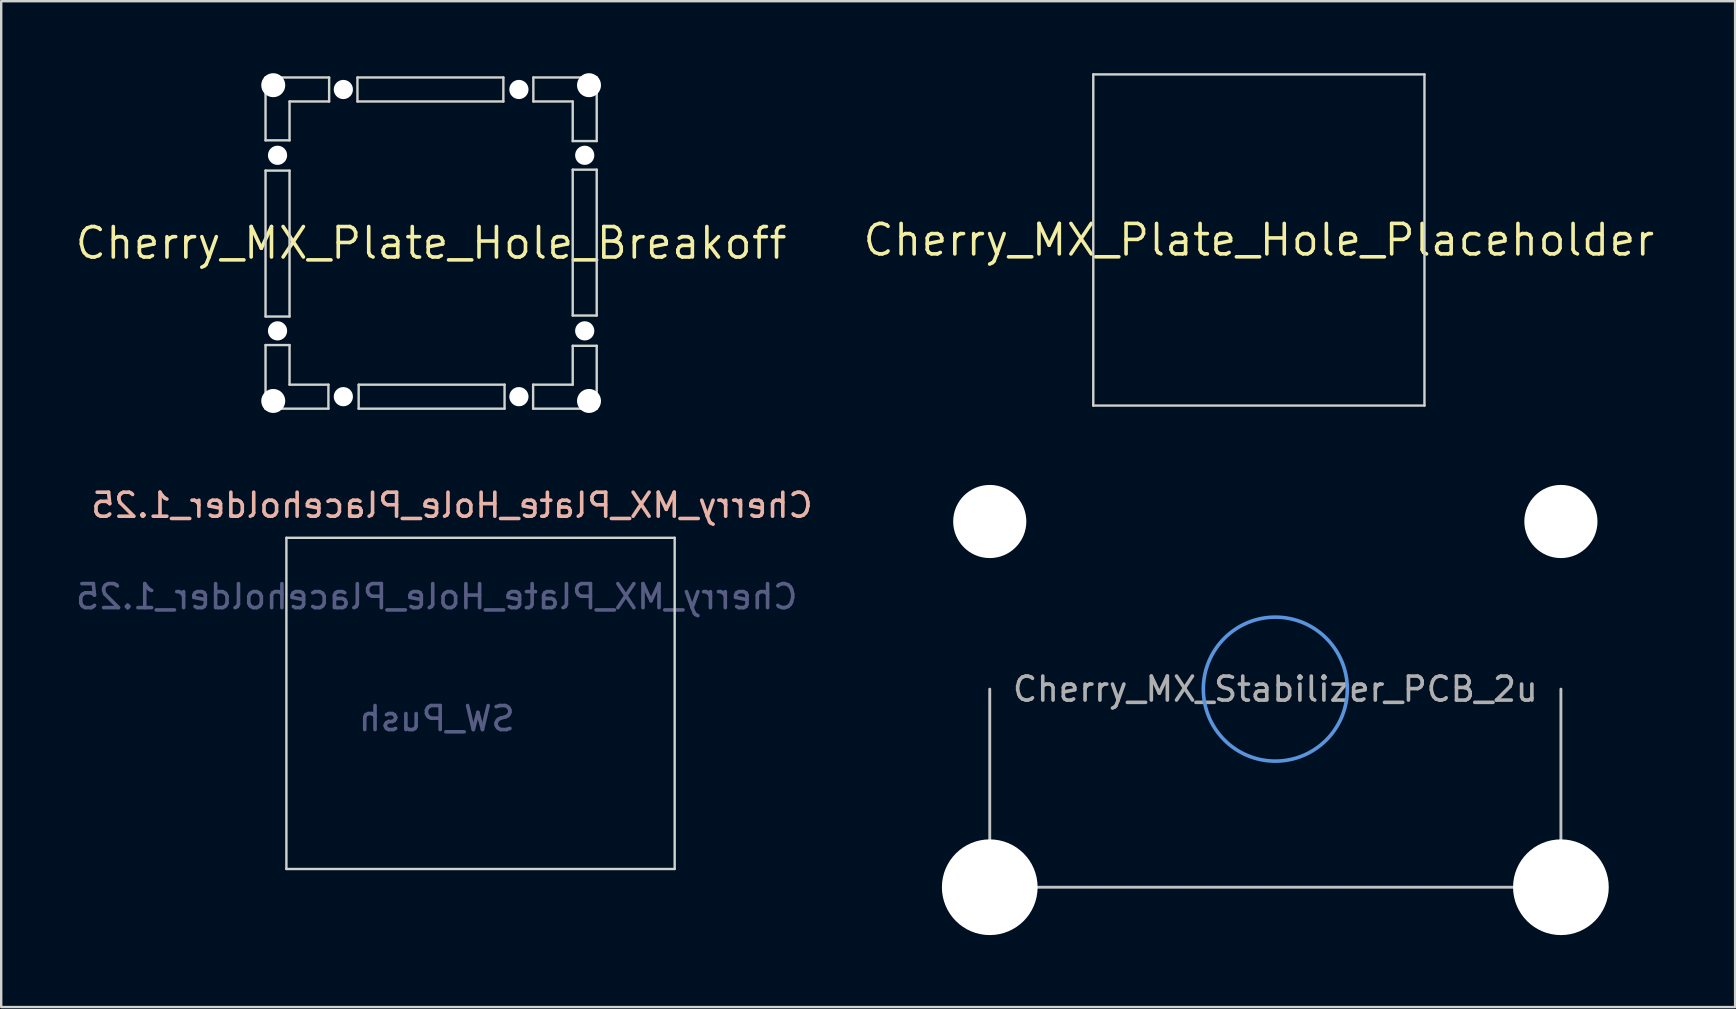
<source format=kicad_pcb>
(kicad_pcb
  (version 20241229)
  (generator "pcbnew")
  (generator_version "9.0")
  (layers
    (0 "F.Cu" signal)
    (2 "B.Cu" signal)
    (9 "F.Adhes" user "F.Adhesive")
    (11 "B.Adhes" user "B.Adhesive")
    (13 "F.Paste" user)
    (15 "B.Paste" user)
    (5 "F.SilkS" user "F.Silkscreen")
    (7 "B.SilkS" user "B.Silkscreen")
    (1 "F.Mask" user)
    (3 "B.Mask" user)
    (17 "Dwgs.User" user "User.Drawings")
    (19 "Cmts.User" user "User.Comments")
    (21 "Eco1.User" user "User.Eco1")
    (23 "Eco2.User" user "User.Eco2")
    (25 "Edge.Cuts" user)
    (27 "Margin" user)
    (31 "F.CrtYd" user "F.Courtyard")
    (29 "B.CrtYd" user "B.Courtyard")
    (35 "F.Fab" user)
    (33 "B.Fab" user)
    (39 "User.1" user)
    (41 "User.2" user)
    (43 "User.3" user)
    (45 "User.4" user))
  (footprint "Cherry_MX_Plate_Hole_Breakoff"
    (layer "F.Cu")
    (at 14.915 7.079)
    (property "Reference" "Cherry_MX_Plate_Hole_Breakoff" (at 0 0 0) (layer "F.SilkS") (effects (font (size 1.27 1.27) (thickness 0.15))))
    (attr through_hole)
    (fp_line (start -6.9 -6.9) (end -6.9 -4.28) (stroke (width 0.1) (type solid)) (layer "Edge.Cuts"))
    (fp_line (start -6.9 -4.28) (end -5.9 -4.28) (stroke (width 0.1) (type solid)) (layer "Edge.Cuts"))
    (fp_line (start -6.9 -3.02) (end -5.9 -3.019) (stroke (width 0.1) (type solid)) (layer "Edge.Cuts"))
    (fp_line (start -6.9 3.06) (end -6.9 -3.02) (stroke (width 0.1) (type solid)) (layer "Edge.Cuts"))
    (fp_line (start -6.9 6.9) (end -6.9 4.25) (stroke (width 0.1) (type solid)) (layer "Edge.Cuts"))
    (fp_line (start -6.9 6.9) (end -4.28 6.9) (stroke (width 0.1) (type solid)) (layer "Edge.Cuts"))
    (fp_line (start -5.9 -5.9) (end -5.9 -4.28) (stroke (width 0.1) (type solid)) (layer "Edge.Cuts"))
    (fp_line (start -5.9 -3.019) (end -5.9 3.06) (stroke (width 0.1) (type solid)) (layer "Edge.Cuts"))
    (fp_line (start -5.9 3.06) (end -6.9 3.06) (stroke (width 0.1) (type solid)) (layer "Edge.Cuts"))
    (fp_line (start -5.9 4.25) (end -6.9 4.25) (stroke (width 0.1) (type solid)) (layer "Edge.Cuts"))
    (fp_line (start -5.9 4.25) (end -5.9 5.9) (stroke (width 0.1) (type solid)) (layer "Edge.Cuts"))
    (fp_line (start -5.9 5.9) (end -4.28 5.9) (stroke (width 0.1) (type solid)) (layer "Edge.Cuts"))
    (fp_line (start -4.28 6.9) (end -4.28 5.9) (stroke (width 0.1) (type solid)) (layer "Edge.Cuts"))
    (fp_line (start -4.25 -6.9) (end -6.9 -6.9) (stroke (width 0.1) (type solid)) (layer "Edge.Cuts"))
    (fp_line (start -4.25 -5.9) (end -5.9 -5.9) (stroke (width 0.1) (type solid)) (layer "Edge.Cuts"))
    (fp_line (start -4.25 -5.9) (end -4.25 -6.9) (stroke (width 0.1) (type solid)) (layer "Edge.Cuts"))
    (fp_line (start -3.07 -5.9) (end -3.07 -6.9) (stroke (width 0.1) (type solid)) (layer "Edge.Cuts"))
    (fp_line (start -3.02 6.9) (end -3.019 5.9) (stroke (width 0.1) (type solid)) (layer "Edge.Cuts"))
    (fp_line (start -3.019 5.9) (end 3.06 5.9) (stroke (width 0.1) (type solid)) (layer "Edge.Cuts"))
    (fp_line (start 3.01 -5.9) (end -3.07 -5.9) (stroke (width 0.1) (type solid)) (layer "Edge.Cuts"))
    (fp_line (start 3.011 -6.9) (end -3.07 -6.9) (stroke (width 0.1) (type solid)) (layer "Edge.Cuts"))
    (fp_line (start 3.011 -6.9) (end 3.01 -5.9) (stroke (width 0.1) (type solid)) (layer "Edge.Cuts"))
    (fp_line (start 3.06 5.9) (end 3.06 6.9) (stroke (width 0.1) (type solid)) (layer "Edge.Cuts"))
    (fp_line (start 3.06 6.9) (end -3.02 6.9) (stroke (width 0.1) (type solid)) (layer "Edge.Cuts"))
    (fp_line (start 4.25 5.9) (end 4.25 6.9) (stroke (width 0.1) (type solid)) (layer "Edge.Cuts"))
    (fp_line (start 4.25 5.9) (end 5.9 5.9) (stroke (width 0.1) (type solid)) (layer "Edge.Cuts"))
    (fp_line (start 4.26 -6.9) (end 4.26 -5.9) (stroke (width 0.1) (type solid)) (layer "Edge.Cuts"))
    (fp_line (start 5.9 -5.9) (end 4.26 -5.9) (stroke (width 0.1) (type solid)) (layer "Edge.Cuts"))
    (fp_line (start 5.9 -4.25) (end 5.9 -5.9) (stroke (width 0.1) (type solid)) (layer "Edge.Cuts"))
    (fp_line (start 5.9 -4.25) (end 6.9 -4.25) (stroke (width 0.1) (type solid)) (layer "Edge.Cuts"))
    (fp_line (start 5.9 -3.06) (end 6.9 -3.06) (stroke (width 0.1) (type solid)) (layer "Edge.Cuts"))
    (fp_line (start 5.9 3.019) (end 5.9 -3.06) (stroke (width 0.1) (type solid)) (layer "Edge.Cuts"))
    (fp_line (start 5.9 5.9) (end 5.9 4.28) (stroke (width 0.1) (type solid)) (layer "Edge.Cuts"))
    (fp_line (start 6.9 -6.9) (end 4.26 -6.9) (stroke (width 0.1) (type solid)) (layer "Edge.Cuts"))
    (fp_line (start 6.9 -6.9) (end 6.9 -4.25) (stroke (width 0.1) (type solid)) (layer "Edge.Cuts"))
    (fp_line (start 6.9 -3.06) (end 6.9 3.02) (stroke (width 0.1) (type solid)) (layer "Edge.Cuts"))
    (fp_line (start 6.9 3.02) (end 5.9 3.019) (stroke (width 0.1) (type solid)) (layer "Edge.Cuts"))
    (fp_line (start 6.9 4.28) (end 5.9 4.28) (stroke (width 0.1) (type solid)) (layer "Edge.Cuts"))
    (fp_line (start 6.9 6.9) (end 4.25 6.9) (stroke (width 0.1) (type solid)) (layer "Edge.Cuts"))
    (fp_line (start 6.9 6.9) (end 6.9 4.28) (stroke (width 0.1) (type solid)) (layer "Edge.Cuts"))
    (pad "" np_thru_hole circle (at -6.579 -6.579) (size 1 1) (drill 1) (layers "*.Cu" "*.Mask"))
    (pad "" np_thru_hole circle (at -6.579 6.579) (size 1 1) (drill 1) (layers "*.Cu" "*.Mask"))
    (pad "" np_thru_hole circle (at -6.4 -3.658 180) (size 0.8 0.8) (drill 0.8) (layers "*.Cu" "*.Mask"))
    (pad "" np_thru_hole circle (at -6.4 3.658 180) (size 0.8 0.8) (drill 0.8) (layers "*.Cu" "*.Mask"))
    (pad "" np_thru_hole circle (at -3.658 -6.4 90) (size 0.8 0.8) (drill 0.8) (layers "*.Cu" "*.Mask"))
    (pad "" np_thru_hole circle (at -3.658 6.4 270) (size 0.8 0.8) (drill 0.8) (layers "*.Cu" "*.Mask"))
    (pad "" np_thru_hole circle (at 3.658 -6.4 90) (size 0.8 0.8) (drill 0.8) (layers "*.Cu" "*.Mask"))
    (pad "" np_thru_hole circle (at 3.658 6.4 270) (size 0.8 0.8) (drill 0.8) (layers "*.Cu" "*.Mask"))
    (pad "" np_thru_hole circle (at 6.4 -3.658) (size 0.8 0.8) (drill 0.8) (layers "*.Cu" "*.Mask"))
    (pad "" np_thru_hole circle (at 6.4 3.658) (size 0.8 0.8) (drill 0.8) (layers "*.Cu" "*.Mask"))
    (pad "" np_thru_hole circle (at 6.579 -6.579) (size 1 1) (drill 1) (layers "*.Cu" "*.Mask"))
    (pad "" np_thru_hole circle (at 6.579 6.579) (size 1 1) (drill 1) (layers "*.Cu" "*.Mask")))
  (footprint "Cherry_MX_Plate_Hole_Placeholder"
    (layer "F.Cu")
    (at 49.407 6.95)
    (property "Reference" "Cherry_MX_Plate_Hole_Placeholder" (at 0 0 0) (layer "F.SilkS") (effects (font (size 1.27 1.27) (thickness 0.15))))
    (attr through_hole)
    (fp_line (start -6.9 6.9) (end -6.9 -6.9) (stroke (width 0.1) (type solid)) (layer "Edge.Cuts"))
    (fp_line (start 6.9 -6.9) (end -6.9 -6.9) (stroke (width 0.1) (type solid)) (layer "Edge.Cuts"))
    (fp_line (start 6.9 6.9) (end -6.9 6.9) (stroke (width 0.1) (type solid)) (layer "Edge.Cuts"))
    (fp_line (start 6.9 6.9) (end 6.9 -6.9) (stroke (width 0.1) (type solid)) (layer "Edge.Cuts")))
  (footprint "Cherry_MX_Stabilizer_PCB_2u"
    (layer "F.Cu")
    (at 50.093 25.666)
    (property "Reference" "Cherry_MX_Stabilizer_PCB_2u" (at 0 0 0) (layer "F.Fab") (effects (font (size 1 1) (thickness 0.15))))
    (attr through_hole)
    (fp_line (start -11.9 8.255) (end -11.9 0) (stroke (width 0.12) (type solid)) (layer "Dwgs.User"))
    (fp_line (start -11.9 8.255) (end 11.9 8.255) (stroke (width 0.12) (type solid)) (layer "Dwgs.User"))
    (fp_line (start 11.9 8.255) (end 11.9 0) (stroke (width 0.12) (type solid)) (layer "Dwgs.User"))
    (fp_circle (center 0 0) (end 3 0) (stroke (width 0.15) (type solid)) (fill no) (layer "Cmts.User"))
    (fp_line (start -16.1 -2.3) (end -16.1 0.485) (stroke (width 0.12) (type solid)) (layer "Eco1.User"))
    (fp_line (start -15.275 -5.53) (end -15.275 -2.3) (stroke (width 0.12) (type solid)) (layer "Eco1.User"))
    (fp_line (start -15.275 -2.3) (end -16.1 -2.3) (stroke (width 0.12) (type solid)) (layer "Eco1.User"))
    (fp_line (start -15.275 0.485) (end -16.1 0.485) (stroke (width 0.12) (type solid)) (layer "Eco1.User"))
    (fp_line (start -15.275 0.485) (end -15.275 6.77) (stroke (width 0.12) (type solid)) (layer "Eco1.User"))
    (fp_line (start -13.55 6.77) (end -15.275 6.77) (stroke (width 0.12) (type solid)) (layer "Eco1.User"))
    (fp_line (start -13.55 7.97) (end -13.55 6.77) (stroke (width 0.12) (type solid)) (layer "Eco1.User"))
    (fp_line (start -10.25 6.77) (end -10.25 7.97) (stroke (width 0.12) (type solid)) (layer "Eco1.User"))
    (fp_line (start -10.25 7.97) (end -13.55 7.97) (stroke (width 0.12) (type solid)) (layer "Eco1.User"))
    (fp_line (start -8.525 -5.53) (end -15.275 -5.53) (stroke (width 0.12) (type solid)) (layer "Eco1.User"))
    (fp_line (start -8.525 -2.3) (end -8.525 -5.53) (stroke (width 0.12) (type solid)) (layer "Eco1.User"))
    (fp_line (start -8.525 2.3) (end -8.525 6.77) (stroke (width 0.12) (type solid)) (layer "Eco1.User"))
    (fp_line (start -8.525 2.3) (end -7 2.3) (stroke (width 0.12) (type solid)) (layer "Eco1.User"))
    (fp_line (start -8.525 6.77) (end -10.25 6.77) (stroke (width 0.12) (type solid)) (layer "Eco1.User"))
    (fp_line (start -7 -7) (end -7 -2.3) (stroke (width 0.12) (type solid)) (layer "Eco1.User"))
    (fp_line (start -7 -7) (end 7 -7) (stroke (width 0.12) (type solid)) (layer "Eco1.User"))
    (fp_line (start -7 -2.3) (end -8.525 -2.3) (stroke (width 0.12) (type solid)) (layer "Eco1.User"))
    (fp_line (start -7 7) (end -7 2.3) (stroke (width 0.12) (type solid)) (layer "Eco1.User"))
    (fp_line (start 7 -7) (end 7 -2.3) (stroke (width 0.12) (type solid)) (layer "Eco1.User"))
    (fp_line (start 7 -2.3) (end 8.525 -2.3) (stroke (width 0.12) (type solid)) (layer "Eco1.User"))
    (fp_line (start 7 7) (end -7 7) (stroke (width 0.12) (type solid)) (layer "Eco1.User"))
    (fp_line (start 7 7) (end 7 2.3) (stroke (width 0.12) (type solid)) (layer "Eco1.User"))
    (fp_line (start 8.525 -5.53) (end 15.275 -5.53) (stroke (width 0.12) (type solid)) (layer "Eco1.User"))
    (fp_line (start 8.525 -2.3) (end 8.525 -5.53) (stroke (width 0.12) (type solid)) (layer "Eco1.User"))
    (fp_line (start 8.525 2.3) (end 7 2.3) (stroke (width 0.12) (type solid)) (layer "Eco1.User"))
    (fp_line (start 8.525 2.3) (end 8.525 6.77) (stroke (width 0.12) (type solid)) (layer "Eco1.User"))
    (fp_line (start 8.525 6.77) (end 10.25 6.77) (stroke (width 0.12) (type solid)) (layer "Eco1.User"))
    (fp_line (start 10.25 6.77) (end 10.25 7.97) (stroke (width 0.12) (type solid)) (layer "Eco1.User"))
    (fp_line (start 10.25 7.97) (end 13.55 7.97) (stroke (width 0.12) (type solid)) (layer "Eco1.User"))
    (fp_line (start 13.55 6.77) (end 15.275 6.77) (stroke (width 0.12) (type solid)) (layer "Eco1.User"))
    (fp_line (start 13.55 7.97) (end 13.55 6.77) (stroke (width 0.12) (type solid)) (layer "Eco1.User"))
    (fp_line (start 15.275 -5.53) (end 15.275 -2.3) (stroke (width 0.12) (type solid)) (layer "Eco1.User"))
    (fp_line (start 15.275 -2.3) (end 16.1 -2.3) (stroke (width 0.12) (type solid)) (layer "Eco1.User"))
    (fp_line (start 15.275 0.485) (end 15.275 6.77) (stroke (width 0.12) (type solid)) (layer "Eco1.User"))
    (fp_line (start 15.275 0.485) (end 16.1 0.485) (stroke (width 0.12) (type solid)) (layer "Eco1.User"))
    (fp_line (start 16.1 -2.3) (end 16.1 0.485) (stroke (width 0.12) (type solid)) (layer "Eco1.User"))
    (pad "" np_thru_hole circle (at -11.9 -6.985) (size 3.048 3.048) (drill 3.048) (layers "*.Cu" "*.Mask"))
    (pad "" np_thru_hole circle (at -11.9 8.255) (size 3.988 3.988) (drill 3.988) (layers "*.Cu" "*.Mask"))
    (pad "" np_thru_hole circle (at 11.9 -6.985) (size 3.048 3.048) (drill 3.048) (layers "*.Cu" "*.Mask"))
    (pad "" np_thru_hole circle (at 11.9 8.255) (size 3.988 3.988) (drill 3.988) (layers "*.Cu" "*.Mask")))
  (footprint "Cherry_MX_Plate_Hole_Placeholder_1.25"
    (layer "F.Cu")
    (at 15.784 26.26)
    (property "Reference" "Cherry_MX_Plate_Hole_Placeholder_1.25" (at 0 -8.255 0) (layer "B.SilkS") (effects (font (size 1 1) (thickness 0.15)) (justify mirror)))
    (property "Value" "SW_Push" (at 0 8.255 0) (layer "F.Fab") (hide yes) (effects (font (size 1 1) (thickness 0.15))))
    (attr through_hole)
    (fp_line (start -6.9 6.9) (end -6.9 -6.9) (stroke (width 0.1) (type solid)) (layer "Edge.Cuts"))
    (fp_line (start 9.28 -6.9) (end -6.9 -6.9) (stroke (width 0.1) (type solid)) (layer "Edge.Cuts"))
    (fp_line (start 9.28 6.9) (end -6.9 6.9) (stroke (width 0.1) (type solid)) (layer "Edge.Cuts"))
    (fp_line (start 9.28 6.9) (end 9.28 -6.9) (stroke (width 0.1) (type solid)) (layer "Edge.Cuts"))
    (fp_text user "${REFERENCE}" (at -0.635 -4.445 0) (layer "B.Fab") (effects (font (size 1 1) (thickness 0.15)) (justify mirror)))
    (fp_text user "${VALUE}" (at -0.635 0.635 0) (layer "B.Fab") (effects (font (size 1 1) (thickness 0.15)) (justify mirror))))
  (gr_rect
    (start -3 -3)
    (end 69.253 38.915)
    (stroke (width 0.1) (type default))
    (fill no)
    (layer "Edge.Cuts")))
</source>
